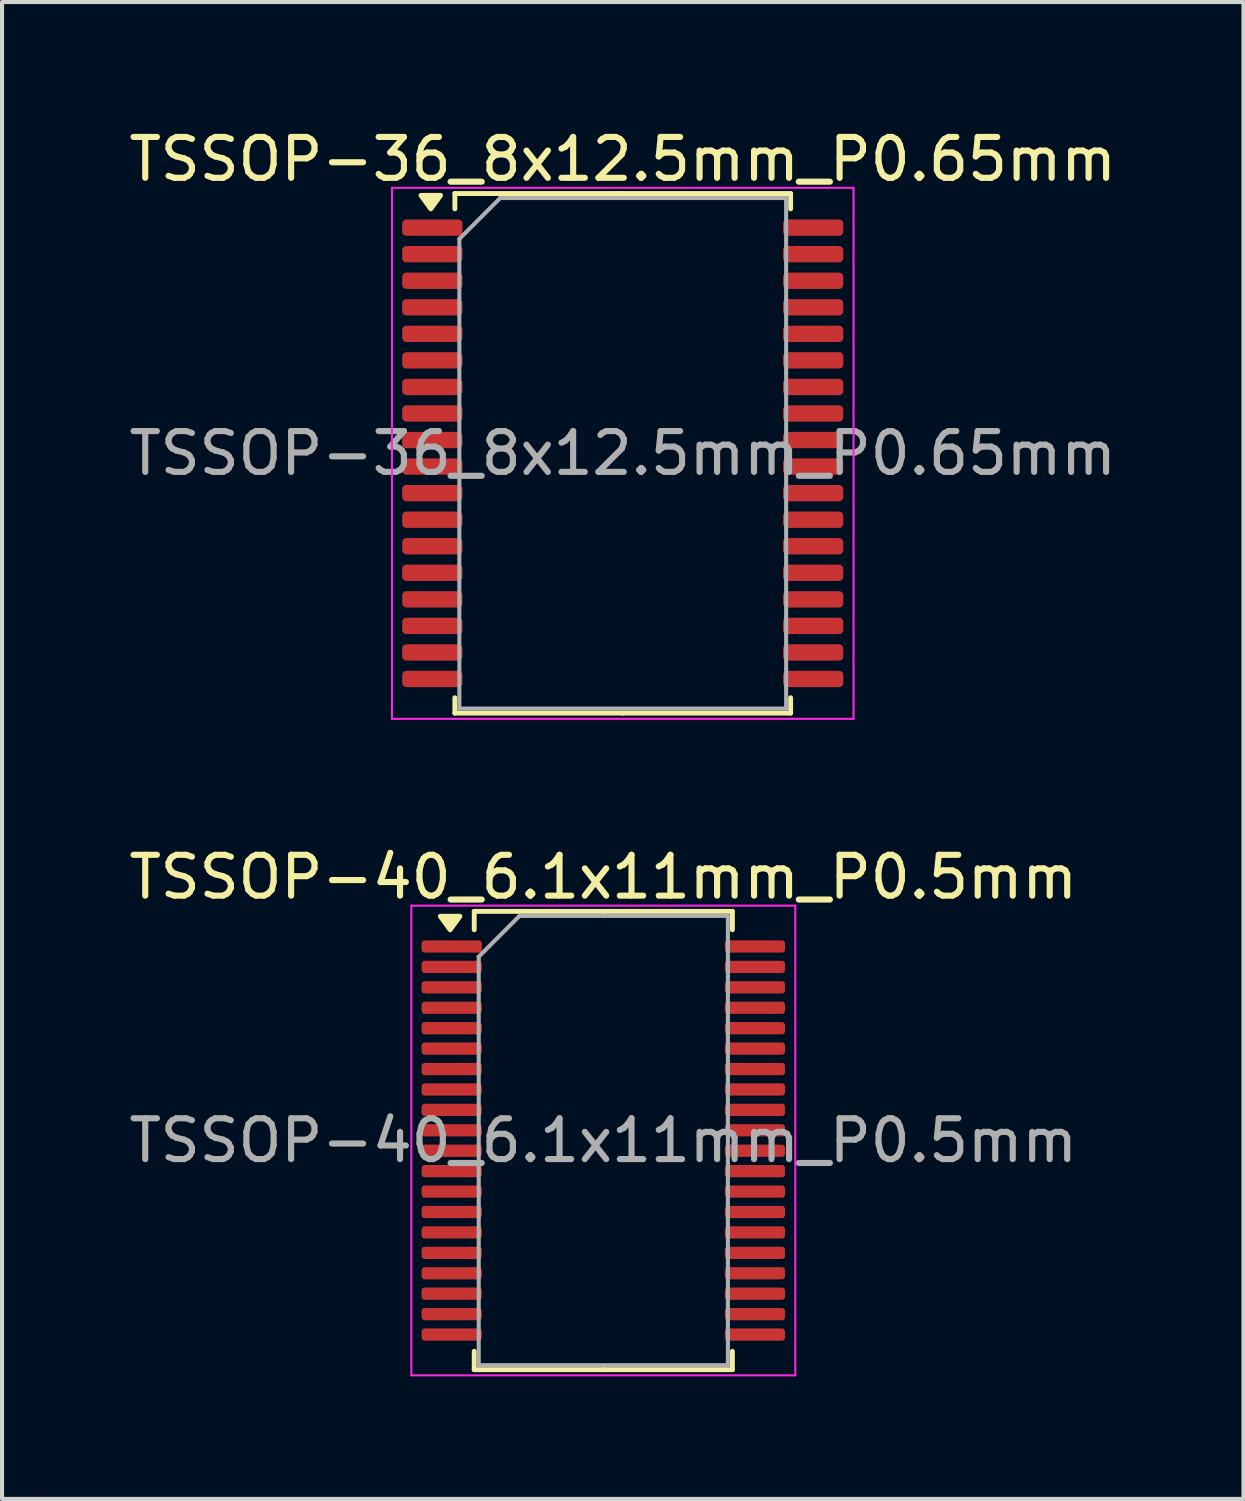
<source format=kicad_pcb>
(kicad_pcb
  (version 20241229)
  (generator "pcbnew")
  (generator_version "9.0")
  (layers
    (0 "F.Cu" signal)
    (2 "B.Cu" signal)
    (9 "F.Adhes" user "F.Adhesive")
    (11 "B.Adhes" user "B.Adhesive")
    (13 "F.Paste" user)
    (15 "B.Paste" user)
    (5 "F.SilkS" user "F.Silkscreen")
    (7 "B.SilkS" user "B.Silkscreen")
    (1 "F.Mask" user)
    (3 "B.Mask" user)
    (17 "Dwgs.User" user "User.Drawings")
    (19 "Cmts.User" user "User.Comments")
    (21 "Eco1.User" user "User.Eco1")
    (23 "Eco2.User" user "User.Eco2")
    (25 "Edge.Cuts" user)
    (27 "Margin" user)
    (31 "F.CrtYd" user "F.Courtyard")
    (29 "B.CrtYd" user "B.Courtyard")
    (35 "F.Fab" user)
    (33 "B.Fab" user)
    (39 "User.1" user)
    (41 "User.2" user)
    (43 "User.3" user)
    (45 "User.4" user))
  (footprint "TSSOP-40_6.1x11mm_P0.5mm"
    (layer "F.Cu")
    (at 11.72 24.872)
    (property "Reference" "TSSOP-40_6.1x11mm_P0.5mm" (at 0 -6.45 0) (layer "F.SilkS") (effects (font (size 1 1) (thickness 0.15))))
    (attr smd)
    (fp_line (start -3.16 -5.61) (end -3.16 -5.16) (stroke (width 0.12) (type solid)) (layer "F.SilkS"))
    (fp_line (start -3.16 5.61) (end -3.16 5.16) (stroke (width 0.12) (type solid)) (layer "F.SilkS"))
    (fp_line (start 0 -5.61) (end -3.16 -5.61) (stroke (width 0.12) (type solid)) (layer "F.SilkS"))
    (fp_line (start 0 -5.61) (end 3.16 -5.61) (stroke (width 0.12) (type solid)) (layer "F.SilkS"))
    (fp_line (start 0 5.61) (end -3.16 5.61) (stroke (width 0.12) (type solid)) (layer "F.SilkS"))
    (fp_line (start 0 5.61) (end 3.16 5.61) (stroke (width 0.12) (type solid)) (layer "F.SilkS"))
    (fp_line (start 3.16 -5.61) (end 3.16 -5.16) (stroke (width 0.12) (type solid)) (layer "F.SilkS"))
    (fp_line (start 3.16 5.61) (end 3.16 5.16) (stroke (width 0.12) (type solid)) (layer "F.SilkS"))
    (fp_poly (pts (xy -3.75 -5.16) (xy -3.99 -5.49) (xy -3.51 -5.49) (xy -3.75 -5.16)) (stroke (width 0.12) (type solid)) (fill yes) (layer "F.SilkS"))
    (fp_line (start -4.7 -5.75) (end -4.7 5.75) (stroke (width 0.05) (type solid)) (layer "F.CrtYd"))
    (fp_line (start -4.7 5.75) (end 4.7 5.75) (stroke (width 0.05) (type solid)) (layer "F.CrtYd"))
    (fp_line (start 4.7 -5.75) (end -4.7 -5.75) (stroke (width 0.05) (type solid)) (layer "F.CrtYd"))
    (fp_line (start 4.7 5.75) (end 4.7 -5.75) (stroke (width 0.05) (type solid)) (layer "F.CrtYd"))
    (fp_line (start -3.05 -4.5) (end -2.05 -5.5) (stroke (width 0.1) (type solid)) (layer "F.Fab"))
    (fp_line (start -3.05 5.5) (end -3.05 -4.5) (stroke (width 0.1) (type solid)) (layer "F.Fab"))
    (fp_line (start -2.05 -5.5) (end 3.05 -5.5) (stroke (width 0.1) (type solid)) (layer "F.Fab"))
    (fp_line (start 3.05 -5.5) (end 3.05 5.5) (stroke (width 0.1) (type solid)) (layer "F.Fab"))
    (fp_line (start 3.05 5.5) (end -3.05 5.5) (stroke (width 0.1) (type solid)) (layer "F.Fab"))
    (fp_text user "${REFERENCE}" (at 0 0 0) (layer "F.Fab") (effects (font (size 1 1) (thickness 0.15))))
    (pad "1" smd roundrect (at -3.712 -4.75) (size 1.475 0.3) (layers "F.Cu" "F.Mask" "F.Paste") (roundrect_rratio 0.25))
    (pad "2" smd roundrect (at -3.712 -4.25) (size 1.475 0.3) (layers "F.Cu" "F.Mask" "F.Paste") (roundrect_rratio 0.25))
    (pad "3" smd roundrect (at -3.712 -3.75) (size 1.475 0.3) (layers "F.Cu" "F.Mask" "F.Paste") (roundrect_rratio 0.25))
    (pad "4" smd roundrect (at -3.712 -3.25) (size 1.475 0.3) (layers "F.Cu" "F.Mask" "F.Paste") (roundrect_rratio 0.25))
    (pad "5" smd roundrect (at -3.712 -2.75) (size 1.475 0.3) (layers "F.Cu" "F.Mask" "F.Paste") (roundrect_rratio 0.25))
    (pad "6" smd roundrect (at -3.712 -2.25) (size 1.475 0.3) (layers "F.Cu" "F.Mask" "F.Paste") (roundrect_rratio 0.25))
    (pad "7" smd roundrect (at -3.712 -1.75) (size 1.475 0.3) (layers "F.Cu" "F.Mask" "F.Paste") (roundrect_rratio 0.25))
    (pad "8" smd roundrect (at -3.712 -1.25) (size 1.475 0.3) (layers "F.Cu" "F.Mask" "F.Paste") (roundrect_rratio 0.25))
    (pad "9" smd roundrect (at -3.712 -0.75) (size 1.475 0.3) (layers "F.Cu" "F.Mask" "F.Paste") (roundrect_rratio 0.25))
    (pad "10" smd roundrect (at -3.712 -0.25) (size 1.475 0.3) (layers "F.Cu" "F.Mask" "F.Paste") (roundrect_rratio 0.25))
    (pad "11" smd roundrect (at -3.712 0.25) (size 1.475 0.3) (layers "F.Cu" "F.Mask" "F.Paste") (roundrect_rratio 0.25))
    (pad "12" smd roundrect (at -3.712 0.75) (size 1.475 0.3) (layers "F.Cu" "F.Mask" "F.Paste") (roundrect_rratio 0.25))
    (pad "13" smd roundrect (at -3.712 1.25) (size 1.475 0.3) (layers "F.Cu" "F.Mask" "F.Paste") (roundrect_rratio 0.25))
    (pad "14" smd roundrect (at -3.712 1.75) (size 1.475 0.3) (layers "F.Cu" "F.Mask" "F.Paste") (roundrect_rratio 0.25))
    (pad "15" smd roundrect (at -3.712 2.25) (size 1.475 0.3) (layers "F.Cu" "F.Mask" "F.Paste") (roundrect_rratio 0.25))
    (pad "16" smd roundrect (at -3.712 2.75) (size 1.475 0.3) (layers "F.Cu" "F.Mask" "F.Paste") (roundrect_rratio 0.25))
    (pad "17" smd roundrect (at -3.712 3.25) (size 1.475 0.3) (layers "F.Cu" "F.Mask" "F.Paste") (roundrect_rratio 0.25))
    (pad "18" smd roundrect (at -3.712 3.75) (size 1.475 0.3) (layers "F.Cu" "F.Mask" "F.Paste") (roundrect_rratio 0.25))
    (pad "19" smd roundrect (at -3.712 4.25) (size 1.475 0.3) (layers "F.Cu" "F.Mask" "F.Paste") (roundrect_rratio 0.25))
    (pad "20" smd roundrect (at -3.712 4.75) (size 1.475 0.3) (layers "F.Cu" "F.Mask" "F.Paste") (roundrect_rratio 0.25))
    (pad "21" smd roundrect (at 3.712 4.75) (size 1.475 0.3) (layers "F.Cu" "F.Mask" "F.Paste") (roundrect_rratio 0.25))
    (pad "22" smd roundrect (at 3.712 4.25) (size 1.475 0.3) (layers "F.Cu" "F.Mask" "F.Paste") (roundrect_rratio 0.25))
    (pad "23" smd roundrect (at 3.712 3.75) (size 1.475 0.3) (layers "F.Cu" "F.Mask" "F.Paste") (roundrect_rratio 0.25))
    (pad "24" smd roundrect (at 3.712 3.25) (size 1.475 0.3) (layers "F.Cu" "F.Mask" "F.Paste") (roundrect_rratio 0.25))
    (pad "25" smd roundrect (at 3.712 2.75) (size 1.475 0.3) (layers "F.Cu" "F.Mask" "F.Paste") (roundrect_rratio 0.25))
    (pad "26" smd roundrect (at 3.712 2.25) (size 1.475 0.3) (layers "F.Cu" "F.Mask" "F.Paste") (roundrect_rratio 0.25))
    (pad "27" smd roundrect (at 3.712 1.75) (size 1.475 0.3) (layers "F.Cu" "F.Mask" "F.Paste") (roundrect_rratio 0.25))
    (pad "28" smd roundrect (at 3.712 1.25) (size 1.475 0.3) (layers "F.Cu" "F.Mask" "F.Paste") (roundrect_rratio 0.25))
    (pad "29" smd roundrect (at 3.712 0.75) (size 1.475 0.3) (layers "F.Cu" "F.Mask" "F.Paste") (roundrect_rratio 0.25))
    (pad "30" smd roundrect (at 3.712 0.25) (size 1.475 0.3) (layers "F.Cu" "F.Mask" "F.Paste") (roundrect_rratio 0.25))
    (pad "31" smd roundrect (at 3.712 -0.25) (size 1.475 0.3) (layers "F.Cu" "F.Mask" "F.Paste") (roundrect_rratio 0.25))
    (pad "32" smd roundrect (at 3.712 -0.75) (size 1.475 0.3) (layers "F.Cu" "F.Mask" "F.Paste") (roundrect_rratio 0.25))
    (pad "33" smd roundrect (at 3.712 -1.25) (size 1.475 0.3) (layers "F.Cu" "F.Mask" "F.Paste") (roundrect_rratio 0.25))
    (pad "34" smd roundrect (at 3.712 -1.75) (size 1.475 0.3) (layers "F.Cu" "F.Mask" "F.Paste") (roundrect_rratio 0.25))
    (pad "35" smd roundrect (at 3.712 -2.25) (size 1.475 0.3) (layers "F.Cu" "F.Mask" "F.Paste") (roundrect_rratio 0.25))
    (pad "36" smd roundrect (at 3.712 -2.75) (size 1.475 0.3) (layers "F.Cu" "F.Mask" "F.Paste") (roundrect_rratio 0.25))
    (pad "37" smd roundrect (at 3.712 -3.25) (size 1.475 0.3) (layers "F.Cu" "F.Mask" "F.Paste") (roundrect_rratio 0.25))
    (pad "38" smd roundrect (at 3.712 -3.75) (size 1.475 0.3) (layers "F.Cu" "F.Mask" "F.Paste") (roundrect_rratio 0.25))
    (pad "39" smd roundrect (at 3.712 -4.25) (size 1.475 0.3) (layers "F.Cu" "F.Mask" "F.Paste") (roundrect_rratio 0.25))
    (pad "40" smd roundrect (at 3.712 -4.75) (size 1.475 0.3) (layers "F.Cu" "F.Mask" "F.Paste") (roundrect_rratio 0.25)))
  (footprint "TSSOP-36_8x12.5mm_P0.65mm"
    (layer "F.Cu")
    (at 12.196 8.048)
    (property "Reference" "TSSOP-36_8x12.5mm_P0.65mm" (at 0 -7.2 0) (layer "F.SilkS") (effects (font (size 1 1) (thickness 0.15))))
    (attr smd)
    (fp_line (start -4.11 -6.36) (end -4.11 -5.985) (stroke (width 0.12) (type solid)) (layer "F.SilkS"))
    (fp_line (start -4.11 6.36) (end -4.11 5.985) (stroke (width 0.12) (type solid)) (layer "F.SilkS"))
    (fp_line (start 0 -6.36) (end -4.11 -6.36) (stroke (width 0.12) (type solid)) (layer "F.SilkS"))
    (fp_line (start 0 -6.36) (end 4.11 -6.36) (stroke (width 0.12) (type solid)) (layer "F.SilkS"))
    (fp_line (start 0 6.36) (end -4.11 6.36) (stroke (width 0.12) (type solid)) (layer "F.SilkS"))
    (fp_line (start 0 6.36) (end 4.11 6.36) (stroke (width 0.12) (type solid)) (layer "F.SilkS"))
    (fp_line (start 4.11 -6.36) (end 4.11 -5.985) (stroke (width 0.12) (type solid)) (layer "F.SilkS"))
    (fp_line (start 4.11 6.36) (end 4.11 5.985) (stroke (width 0.12) (type solid)) (layer "F.SilkS"))
    (fp_poly (pts (xy -4.7 -5.985) (xy -4.94 -6.315) (xy -4.46 -6.315) (xy -4.7 -5.985)) (stroke (width 0.12) (type solid)) (fill yes) (layer "F.SilkS"))
    (fp_line (start -5.65 -6.5) (end -5.65 6.5) (stroke (width 0.05) (type solid)) (layer "F.CrtYd"))
    (fp_line (start -5.65 6.5) (end 5.65 6.5) (stroke (width 0.05) (type solid)) (layer "F.CrtYd"))
    (fp_line (start 5.65 -6.5) (end -5.65 -6.5) (stroke (width 0.05) (type solid)) (layer "F.CrtYd"))
    (fp_line (start 5.65 6.5) (end 5.65 -6.5) (stroke (width 0.05) (type solid)) (layer "F.CrtYd"))
    (fp_line (start -4 -5.25) (end -3 -6.25) (stroke (width 0.1) (type solid)) (layer "F.Fab"))
    (fp_line (start -4 6.25) (end -4 -5.25) (stroke (width 0.1) (type solid)) (layer "F.Fab"))
    (fp_line (start -3 -6.25) (end 4 -6.25) (stroke (width 0.1) (type solid)) (layer "F.Fab"))
    (fp_line (start 4 -6.25) (end 4 6.25) (stroke (width 0.1) (type solid)) (layer "F.Fab"))
    (fp_line (start 4 6.25) (end -4 6.25) (stroke (width 0.1) (type solid)) (layer "F.Fab"))
    (fp_text user "${REFERENCE}" (at 0 0 0) (layer "F.Fab") (effects (font (size 1 1) (thickness 0.15))))
    (pad "1" smd roundrect (at -4.662 -5.525) (size 1.475 0.4) (layers "F.Cu" "F.Mask" "F.Paste") (roundrect_rratio 0.25))
    (pad "2" smd roundrect (at -4.662 -4.875) (size 1.475 0.4) (layers "F.Cu" "F.Mask" "F.Paste") (roundrect_rratio 0.25))
    (pad "3" smd roundrect (at -4.662 -4.225) (size 1.475 0.4) (layers "F.Cu" "F.Mask" "F.Paste") (roundrect_rratio 0.25))
    (pad "4" smd roundrect (at -4.662 -3.575) (size 1.475 0.4) (layers "F.Cu" "F.Mask" "F.Paste") (roundrect_rratio 0.25))
    (pad "5" smd roundrect (at -4.662 -2.925) (size 1.475 0.4) (layers "F.Cu" "F.Mask" "F.Paste") (roundrect_rratio 0.25))
    (pad "6" smd roundrect (at -4.662 -2.275) (size 1.475 0.4) (layers "F.Cu" "F.Mask" "F.Paste") (roundrect_rratio 0.25))
    (pad "7" smd roundrect (at -4.662 -1.625) (size 1.475 0.4) (layers "F.Cu" "F.Mask" "F.Paste") (roundrect_rratio 0.25))
    (pad "8" smd roundrect (at -4.662 -0.975) (size 1.475 0.4) (layers "F.Cu" "F.Mask" "F.Paste") (roundrect_rratio 0.25))
    (pad "9" smd roundrect (at -4.662 -0.325) (size 1.475 0.4) (layers "F.Cu" "F.Mask" "F.Paste") (roundrect_rratio 0.25))
    (pad "10" smd roundrect (at -4.662 0.325) (size 1.475 0.4) (layers "F.Cu" "F.Mask" "F.Paste") (roundrect_rratio 0.25))
    (pad "11" smd roundrect (at -4.662 0.975) (size 1.475 0.4) (layers "F.Cu" "F.Mask" "F.Paste") (roundrect_rratio 0.25))
    (pad "12" smd roundrect (at -4.662 1.625) (size 1.475 0.4) (layers "F.Cu" "F.Mask" "F.Paste") (roundrect_rratio 0.25))
    (pad "13" smd roundrect (at -4.662 2.275) (size 1.475 0.4) (layers "F.Cu" "F.Mask" "F.Paste") (roundrect_rratio 0.25))
    (pad "14" smd roundrect (at -4.662 2.925) (size 1.475 0.4) (layers "F.Cu" "F.Mask" "F.Paste") (roundrect_rratio 0.25))
    (pad "15" smd roundrect (at -4.662 3.575) (size 1.475 0.4) (layers "F.Cu" "F.Mask" "F.Paste") (roundrect_rratio 0.25))
    (pad "16" smd roundrect (at -4.662 4.225) (size 1.475 0.4) (layers "F.Cu" "F.Mask" "F.Paste") (roundrect_rratio 0.25))
    (pad "17" smd roundrect (at -4.662 4.875) (size 1.475 0.4) (layers "F.Cu" "F.Mask" "F.Paste") (roundrect_rratio 0.25))
    (pad "18" smd roundrect (at -4.662 5.525) (size 1.475 0.4) (layers "F.Cu" "F.Mask" "F.Paste") (roundrect_rratio 0.25))
    (pad "19" smd roundrect (at 4.662 5.525) (size 1.475 0.4) (layers "F.Cu" "F.Mask" "F.Paste") (roundrect_rratio 0.25))
    (pad "20" smd roundrect (at 4.662 4.875) (size 1.475 0.4) (layers "F.Cu" "F.Mask" "F.Paste") (roundrect_rratio 0.25))
    (pad "21" smd roundrect (at 4.662 4.225) (size 1.475 0.4) (layers "F.Cu" "F.Mask" "F.Paste") (roundrect_rratio 0.25))
    (pad "22" smd roundrect (at 4.662 3.575) (size 1.475 0.4) (layers "F.Cu" "F.Mask" "F.Paste") (roundrect_rratio 0.25))
    (pad "23" smd roundrect (at 4.662 2.925) (size 1.475 0.4) (layers "F.Cu" "F.Mask" "F.Paste") (roundrect_rratio 0.25))
    (pad "24" smd roundrect (at 4.662 2.275) (size 1.475 0.4) (layers "F.Cu" "F.Mask" "F.Paste") (roundrect_rratio 0.25))
    (pad "25" smd roundrect (at 4.662 1.625) (size 1.475 0.4) (layers "F.Cu" "F.Mask" "F.Paste") (roundrect_rratio 0.25))
    (pad "26" smd roundrect (at 4.662 0.975) (size 1.475 0.4) (layers "F.Cu" "F.Mask" "F.Paste") (roundrect_rratio 0.25))
    (pad "27" smd roundrect (at 4.662 0.325) (size 1.475 0.4) (layers "F.Cu" "F.Mask" "F.Paste") (roundrect_rratio 0.25))
    (pad "28" smd roundrect (at 4.662 -0.325) (size 1.475 0.4) (layers "F.Cu" "F.Mask" "F.Paste") (roundrect_rratio 0.25))
    (pad "29" smd roundrect (at 4.662 -0.975) (size 1.475 0.4) (layers "F.Cu" "F.Mask" "F.Paste") (roundrect_rratio 0.25))
    (pad "30" smd roundrect (at 4.662 -1.625) (size 1.475 0.4) (layers "F.Cu" "F.Mask" "F.Paste") (roundrect_rratio 0.25))
    (pad "31" smd roundrect (at 4.662 -2.275) (size 1.475 0.4) (layers "F.Cu" "F.Mask" "F.Paste") (roundrect_rratio 0.25))
    (pad "32" smd roundrect (at 4.662 -2.925) (size 1.475 0.4) (layers "F.Cu" "F.Mask" "F.Paste") (roundrect_rratio 0.25))
    (pad "33" smd roundrect (at 4.662 -3.575) (size 1.475 0.4) (layers "F.Cu" "F.Mask" "F.Paste") (roundrect_rratio 0.25))
    (pad "34" smd roundrect (at 4.662 -4.225) (size 1.475 0.4) (layers "F.Cu" "F.Mask" "F.Paste") (roundrect_rratio 0.25))
    (pad "35" smd roundrect (at 4.662 -4.875) (size 1.475 0.4) (layers "F.Cu" "F.Mask" "F.Paste") (roundrect_rratio 0.25))
    (pad "36" smd roundrect (at 4.662 -5.525) (size 1.475 0.4) (layers "F.Cu" "F.Mask" "F.Paste") (roundrect_rratio 0.25)))
  (gr_rect
    (start -3 -3)
    (end 27.393 33.647)
    (stroke (width 0.1) (type default))
    (fill no)
    (layer "Edge.Cuts")))
</source>
